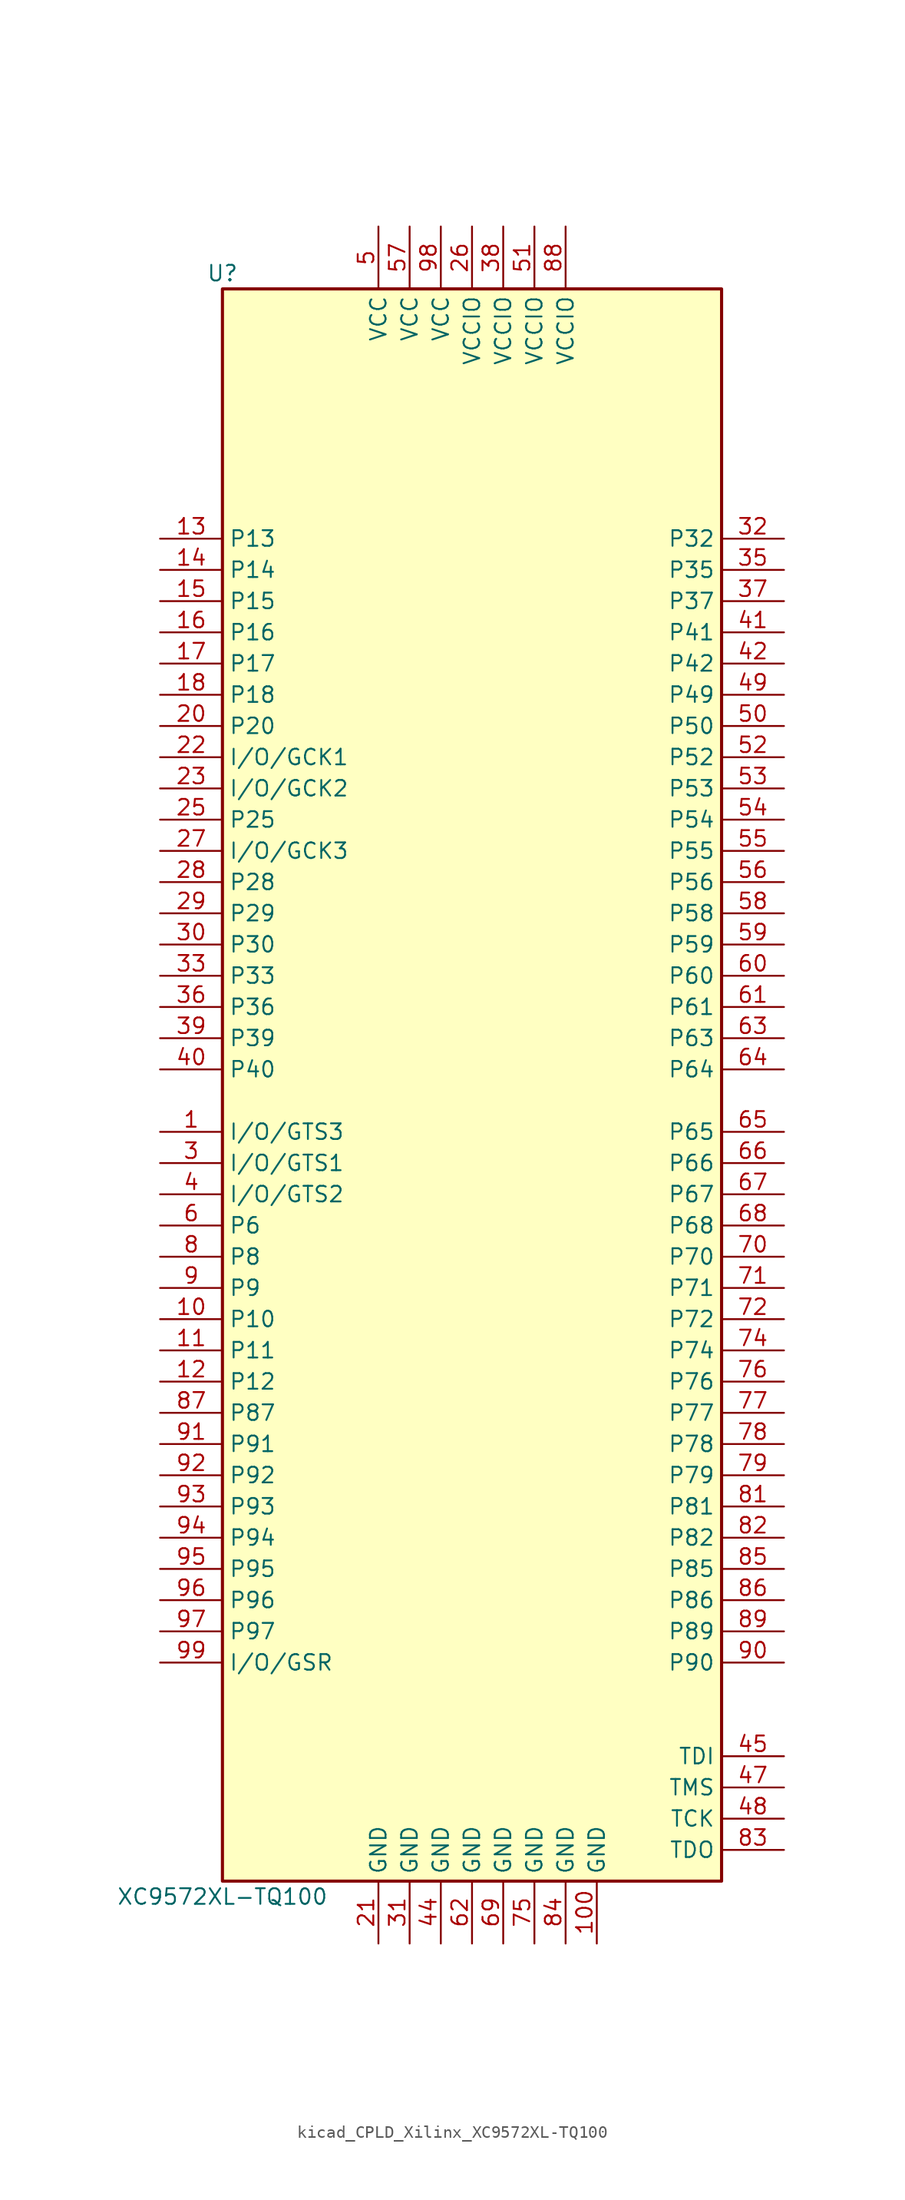
<source format=kicad_sym>
(kicad_symbol_lib
  (version 20220914)
  (generator kicad_symbol_editor)
  (symbol "kicad_CPLD_Xilinx_XC9572XL-TQ100"
    (property "Reference" "U"
      (at -20.32 64.77 0)
      (effects (font (size 1.27 1.27))))
    (property "Value" "XC9572XL-TQ100"
      (at -20.32 -67.31 0)
      (effects (font (size 1.27 1.27))))
    (symbol "kicad_CPLD_Xilinx_XC9572XL-TQ100_1_1"
      (rectangle (start -20.32 63.5) (end 20.32 -66.04) (stroke (width 0.254) (type default)) (fill (type background)))
      (pin bidirectional line (at -25.4 -5.08 0) (length 5.08) (name "I/O/GTS3" (effects (font (size 1.27 1.27)))) (number "1" (effects (font (size 1.27 1.27)))))
      (pin bidirectional line (at -25.4 -20.32 0) (length 5.08) (name "P10" (effects (font (size 1.27 1.27)))) (number "10" (effects (font (size 1.27 1.27)))))
      (pin power_in line (at 10.16 -71.12 90) (length 5.08) (name "GND" (effects (font (size 1.27 1.27)))) (number "100" (effects (font (size 1.27 1.27)))))
      (pin bidirectional line (at -25.4 -22.86 0) (length 5.08) (name "P11" (effects (font (size 1.27 1.27)))) (number "11" (effects (font (size 1.27 1.27)))))
      (pin bidirectional line (at -25.4 -25.4 0) (length 5.08) (name "P12" (effects (font (size 1.27 1.27)))) (number "12" (effects (font (size 1.27 1.27)))))
      (pin bidirectional line (at -25.4 43.18 0) (length 5.08) (name "P13" (effects (font (size 1.27 1.27)))) (number "13" (effects (font (size 1.27 1.27)))))
      (pin bidirectional line (at -25.4 40.64 0) (length 5.08) (name "P14" (effects (font (size 1.27 1.27)))) (number "14" (effects (font (size 1.27 1.27)))))
      (pin bidirectional line (at -25.4 38.1 0) (length 5.08) (name "P15" (effects (font (size 1.27 1.27)))) (number "15" (effects (font (size 1.27 1.27)))))
      (pin bidirectional line (at -25.4 35.56 0) (length 5.08) (name "P16" (effects (font (size 1.27 1.27)))) (number "16" (effects (font (size 1.27 1.27)))))
      (pin bidirectional line (at -25.4 33.02 0) (length 5.08) (name "P17" (effects (font (size 1.27 1.27)))) (number "17" (effects (font (size 1.27 1.27)))))
      (pin bidirectional line (at -25.4 30.48 0) (length 5.08) (name "P18" (effects (font (size 1.27 1.27)))) (number "18" (effects (font (size 1.27 1.27)))))
      (pin no_connect line (at -20.32 55.88 0) (length 0) hide (name "NC" (effects (font (size 1.27 1.27)))) (number "19" (effects (font (size 1.27 1.27)))))
      (pin no_connect line (at -20.32 60.96 0) (length 0) hide (name "NC" (effects (font (size 1.27 1.27)))) (number "2" (effects (font (size 1.27 1.27)))))
      (pin bidirectional line (at -25.4 27.94 0) (length 5.08) (name "P20" (effects (font (size 1.27 1.27)))) (number "20" (effects (font (size 1.27 1.27)))))
      (pin power_in line (at -7.62 -71.12 90) (length 5.08) (name "GND" (effects (font (size 1.27 1.27)))) (number "21" (effects (font (size 1.27 1.27)))))
      (pin bidirectional line (at -25.4 25.4 0) (length 5.08) (name "I/O/GCK1" (effects (font (size 1.27 1.27)))) (number "22" (effects (font (size 1.27 1.27)))))
      (pin bidirectional line (at -25.4 22.86 0) (length 5.08) (name "I/O/GCK2" (effects (font (size 1.27 1.27)))) (number "23" (effects (font (size 1.27 1.27)))))
      (pin no_connect line (at -20.32 53.34 0) (length 0) hide (name "NC" (effects (font (size 1.27 1.27)))) (number "24" (effects (font (size 1.27 1.27)))))
      (pin bidirectional line (at -25.4 20.32 0) (length 5.08) (name "P25" (effects (font (size 1.27 1.27)))) (number "25" (effects (font (size 1.27 1.27)))))
      (pin power_in line (at 0 68.58 270) (length 5.08) (name "VCCIO" (effects (font (size 1.27 1.27)))) (number "26" (effects (font (size 1.27 1.27)))))
      (pin bidirectional line (at -25.4 17.78 0) (length 5.08) (name "I/O/GCK3" (effects (font (size 1.27 1.27)))) (number "27" (effects (font (size 1.27 1.27)))))
      (pin bidirectional line (at -25.4 15.24 0) (length 5.08) (name "P28" (effects (font (size 1.27 1.27)))) (number "28" (effects (font (size 1.27 1.27)))))
      (pin bidirectional line (at -25.4 12.7 0) (length 5.08) (name "P29" (effects (font (size 1.27 1.27)))) (number "29" (effects (font (size 1.27 1.27)))))
      (pin bidirectional line (at -25.4 -7.62 0) (length 5.08) (name "I/O/GTS1" (effects (font (size 1.27 1.27)))) (number "3" (effects (font (size 1.27 1.27)))))
      (pin bidirectional line (at -25.4 10.16 0) (length 5.08) (name "P30" (effects (font (size 1.27 1.27)))) (number "30" (effects (font (size 1.27 1.27)))))
      (pin power_in line (at -5.08 -71.12 90) (length 5.08) (name "GND" (effects (font (size 1.27 1.27)))) (number "31" (effects (font (size 1.27 1.27)))))
      (pin bidirectional line (at 25.4 43.18 180) (length 5.08) (name "P32" (effects (font (size 1.27 1.27)))) (number "32" (effects (font (size 1.27 1.27)))))
      (pin bidirectional line (at -25.4 7.62 0) (length 5.08) (name "P33" (effects (font (size 1.27 1.27)))) (number "33" (effects (font (size 1.27 1.27)))))
      (pin no_connect line (at -20.32 50.8 0) (length 0) hide (name "NC" (effects (font (size 1.27 1.27)))) (number "34" (effects (font (size 1.27 1.27)))))
      (pin bidirectional line (at 25.4 40.64 180) (length 5.08) (name "P35" (effects (font (size 1.27 1.27)))) (number "35" (effects (font (size 1.27 1.27)))))
      (pin bidirectional line (at -25.4 5.08 0) (length 5.08) (name "P36" (effects (font (size 1.27 1.27)))) (number "36" (effects (font (size 1.27 1.27)))))
      (pin bidirectional line (at 25.4 38.1 180) (length 5.08) (name "P37" (effects (font (size 1.27 1.27)))) (number "37" (effects (font (size 1.27 1.27)))))
      (pin power_in line (at 2.54 68.58 270) (length 5.08) (name "VCCIO" (effects (font (size 1.27 1.27)))) (number "38" (effects (font (size 1.27 1.27)))))
      (pin bidirectional line (at -25.4 2.54 0) (length 5.08) (name "P39" (effects (font (size 1.27 1.27)))) (number "39" (effects (font (size 1.27 1.27)))))
      (pin bidirectional line (at -25.4 -10.16 0) (length 5.08) (name "I/O/GTS2" (effects (font (size 1.27 1.27)))) (number "4" (effects (font (size 1.27 1.27)))))
      (pin bidirectional line (at -25.4 0 0) (length 5.08) (name "P40" (effects (font (size 1.27 1.27)))) (number "40" (effects (font (size 1.27 1.27)))))
      (pin bidirectional line (at 25.4 35.56 180) (length 5.08) (name "P41" (effects (font (size 1.27 1.27)))) (number "41" (effects (font (size 1.27 1.27)))))
      (pin bidirectional line (at 25.4 33.02 180) (length 5.08) (name "P42" (effects (font (size 1.27 1.27)))) (number "42" (effects (font (size 1.27 1.27)))))
      (pin no_connect line (at -20.32 48.26 0) (length 0) hide (name "NC" (effects (font (size 1.27 1.27)))) (number "43" (effects (font (size 1.27 1.27)))))
      (pin power_in line (at -2.54 -71.12 90) (length 5.08) (name "GND" (effects (font (size 1.27 1.27)))) (number "44" (effects (font (size 1.27 1.27)))))
      (pin input line (at 25.4 -55.88 180) (length 5.08) (name "TDI" (effects (font (size 1.27 1.27)))) (number "45" (effects (font (size 1.27 1.27)))))
      (pin no_connect line (at 20.32 60.96 180) (length 0) hide (name "NC" (effects (font (size 1.27 1.27)))) (number "46" (effects (font (size 1.27 1.27)))))
      (pin input line (at 25.4 -58.42 180) (length 5.08) (name "TMS" (effects (font (size 1.27 1.27)))) (number "47" (effects (font (size 1.27 1.27)))))
      (pin input line (at 25.4 -60.96 180) (length 5.08) (name "TCK" (effects (font (size 1.27 1.27)))) (number "48" (effects (font (size 1.27 1.27)))))
      (pin bidirectional line (at 25.4 30.48 180) (length 5.08) (name "P49" (effects (font (size 1.27 1.27)))) (number "49" (effects (font (size 1.27 1.27)))))
      (pin power_in line (at -7.62 68.58 270) (length 5.08) (name "VCC" (effects (font (size 1.27 1.27)))) (number "5" (effects (font (size 1.27 1.27)))))
      (pin bidirectional line (at 25.4 27.94 180) (length 5.08) (name "P50" (effects (font (size 1.27 1.27)))) (number "50" (effects (font (size 1.27 1.27)))))
      (pin power_in line (at 5.08 68.58 270) (length 5.08) (name "VCCIO" (effects (font (size 1.27 1.27)))) (number "51" (effects (font (size 1.27 1.27)))))
      (pin bidirectional line (at 25.4 25.4 180) (length 5.08) (name "P52" (effects (font (size 1.27 1.27)))) (number "52" (effects (font (size 1.27 1.27)))))
      (pin bidirectional line (at 25.4 22.86 180) (length 5.08) (name "P53" (effects (font (size 1.27 1.27)))) (number "53" (effects (font (size 1.27 1.27)))))
      (pin bidirectional line (at 25.4 20.32 180) (length 5.08) (name "P54" (effects (font (size 1.27 1.27)))) (number "54" (effects (font (size 1.27 1.27)))))
      (pin bidirectional line (at 25.4 17.78 180) (length 5.08) (name "P55" (effects (font (size 1.27 1.27)))) (number "55" (effects (font (size 1.27 1.27)))))
      (pin bidirectional line (at 25.4 15.24 180) (length 5.08) (name "P56" (effects (font (size 1.27 1.27)))) (number "56" (effects (font (size 1.27 1.27)))))
      (pin power_in line (at -5.08 68.58 270) (length 5.08) (name "VCC" (effects (font (size 1.27 1.27)))) (number "57" (effects (font (size 1.27 1.27)))))
      (pin bidirectional line (at 25.4 12.7 180) (length 5.08) (name "P58" (effects (font (size 1.27 1.27)))) (number "58" (effects (font (size 1.27 1.27)))))
      (pin bidirectional line (at 25.4 10.16 180) (length 5.08) (name "P59" (effects (font (size 1.27 1.27)))) (number "59" (effects (font (size 1.27 1.27)))))
      (pin bidirectional line (at -25.4 -12.7 0) (length 5.08) (name "P6" (effects (font (size 1.27 1.27)))) (number "6" (effects (font (size 1.27 1.27)))))
      (pin bidirectional line (at 25.4 7.62 180) (length 5.08) (name "P60" (effects (font (size 1.27 1.27)))) (number "60" (effects (font (size 1.27 1.27)))))
      (pin bidirectional line (at 25.4 5.08 180) (length 5.08) (name "P61" (effects (font (size 1.27 1.27)))) (number "61" (effects (font (size 1.27 1.27)))))
      (pin power_in line (at 0 -71.12 90) (length 5.08) (name "GND" (effects (font (size 1.27 1.27)))) (number "62" (effects (font (size 1.27 1.27)))))
      (pin bidirectional line (at 25.4 2.54 180) (length 5.08) (name "P63" (effects (font (size 1.27 1.27)))) (number "63" (effects (font (size 1.27 1.27)))))
      (pin bidirectional line (at 25.4 0 180) (length 5.08) (name "P64" (effects (font (size 1.27 1.27)))) (number "64" (effects (font (size 1.27 1.27)))))
      (pin bidirectional line (at 25.4 -5.08 180) (length 5.08) (name "P65" (effects (font (size 1.27 1.27)))) (number "65" (effects (font (size 1.27 1.27)))))
      (pin bidirectional line (at 25.4 -7.62 180) (length 5.08) (name "P66" (effects (font (size 1.27 1.27)))) (number "66" (effects (font (size 1.27 1.27)))))
      (pin bidirectional line (at 25.4 -10.16 180) (length 5.08) (name "P67" (effects (font (size 1.27 1.27)))) (number "67" (effects (font (size 1.27 1.27)))))
      (pin bidirectional line (at 25.4 -12.7 180) (length 5.08) (name "P68" (effects (font (size 1.27 1.27)))) (number "68" (effects (font (size 1.27 1.27)))))
      (pin power_in line (at 2.54 -71.12 90) (length 5.08) (name "GND" (effects (font (size 1.27 1.27)))) (number "69" (effects (font (size 1.27 1.27)))))
      (pin no_connect line (at -20.32 58.42 0) (length 0) hide (name "NC" (effects (font (size 1.27 1.27)))) (number "7" (effects (font (size 1.27 1.27)))))
      (pin bidirectional line (at 25.4 -15.24 180) (length 5.08) (name "P70" (effects (font (size 1.27 1.27)))) (number "70" (effects (font (size 1.27 1.27)))))
      (pin bidirectional line (at 25.4 -17.78 180) (length 5.08) (name "P71" (effects (font (size 1.27 1.27)))) (number "71" (effects (font (size 1.27 1.27)))))
      (pin bidirectional line (at 25.4 -20.32 180) (length 5.08) (name "P72" (effects (font (size 1.27 1.27)))) (number "72" (effects (font (size 1.27 1.27)))))
      (pin no_connect line (at 20.32 58.42 180) (length 0) hide (name "NC" (effects (font (size 1.27 1.27)))) (number "73" (effects (font (size 1.27 1.27)))))
      (pin bidirectional line (at 25.4 -22.86 180) (length 5.08) (name "P74" (effects (font (size 1.27 1.27)))) (number "74" (effects (font (size 1.27 1.27)))))
      (pin power_in line (at 5.08 -71.12 90) (length 5.08) (name "GND" (effects (font (size 1.27 1.27)))) (number "75" (effects (font (size 1.27 1.27)))))
      (pin bidirectional line (at 25.4 -25.4 180) (length 5.08) (name "P76" (effects (font (size 1.27 1.27)))) (number "76" (effects (font (size 1.27 1.27)))))
      (pin bidirectional line (at 25.4 -27.94 180) (length 5.08) (name "P77" (effects (font (size 1.27 1.27)))) (number "77" (effects (font (size 1.27 1.27)))))
      (pin bidirectional line (at 25.4 -30.48 180) (length 5.08) (name "P78" (effects (font (size 1.27 1.27)))) (number "78" (effects (font (size 1.27 1.27)))))
      (pin bidirectional line (at 25.4 -33.02 180) (length 5.08) (name "P79" (effects (font (size 1.27 1.27)))) (number "79" (effects (font (size 1.27 1.27)))))
      (pin bidirectional line (at -25.4 -15.24 0) (length 5.08) (name "P8" (effects (font (size 1.27 1.27)))) (number "8" (effects (font (size 1.27 1.27)))))
      (pin no_connect line (at 20.32 55.88 180) (length 0) hide (name "NC" (effects (font (size 1.27 1.27)))) (number "80" (effects (font (size 1.27 1.27)))))
      (pin bidirectional line (at 25.4 -35.56 180) (length 5.08) (name "P81" (effects (font (size 1.27 1.27)))) (number "81" (effects (font (size 1.27 1.27)))))
      (pin bidirectional line (at 25.4 -38.1 180) (length 5.08) (name "P82" (effects (font (size 1.27 1.27)))) (number "82" (effects (font (size 1.27 1.27)))))
      (pin output line (at 25.4 -63.5 180) (length 5.08) (name "TDO" (effects (font (size 1.27 1.27)))) (number "83" (effects (font (size 1.27 1.27)))))
      (pin power_in line (at 7.62 -71.12 90) (length 5.08) (name "GND" (effects (font (size 1.27 1.27)))) (number "84" (effects (font (size 1.27 1.27)))))
      (pin bidirectional line (at 25.4 -40.64 180) (length 5.08) (name "P85" (effects (font (size 1.27 1.27)))) (number "85" (effects (font (size 1.27 1.27)))))
      (pin bidirectional line (at 25.4 -43.18 180) (length 5.08) (name "P86" (effects (font (size 1.27 1.27)))) (number "86" (effects (font (size 1.27 1.27)))))
      (pin bidirectional line (at -25.4 -27.94 0) (length 5.08) (name "P87" (effects (font (size 1.27 1.27)))) (number "87" (effects (font (size 1.27 1.27)))))
      (pin power_in line (at 7.62 68.58 270) (length 5.08) (name "VCCIO" (effects (font (size 1.27 1.27)))) (number "88" (effects (font (size 1.27 1.27)))))
      (pin bidirectional line (at 25.4 -45.72 180) (length 5.08) (name "P89" (effects (font (size 1.27 1.27)))) (number "89" (effects (font (size 1.27 1.27)))))
      (pin bidirectional line (at -25.4 -17.78 0) (length 5.08) (name "P9" (effects (font (size 1.27 1.27)))) (number "9" (effects (font (size 1.27 1.27)))))
      (pin bidirectional line (at 25.4 -48.26 180) (length 5.08) (name "P90" (effects (font (size 1.27 1.27)))) (number "90" (effects (font (size 1.27 1.27)))))
      (pin bidirectional line (at -25.4 -30.48 0) (length 5.08) (name "P91" (effects (font (size 1.27 1.27)))) (number "91" (effects (font (size 1.27 1.27)))))
      (pin bidirectional line (at -25.4 -33.02 0) (length 5.08) (name "P92" (effects (font (size 1.27 1.27)))) (number "92" (effects (font (size 1.27 1.27)))))
      (pin bidirectional line (at -25.4 -35.56 0) (length 5.08) (name "P93" (effects (font (size 1.27 1.27)))) (number "93" (effects (font (size 1.27 1.27)))))
      (pin bidirectional line (at -25.4 -38.1 0) (length 5.08) (name "P94" (effects (font (size 1.27 1.27)))) (number "94" (effects (font (size 1.27 1.27)))))
      (pin bidirectional line (at -25.4 -40.64 0) (length 5.08) (name "P95" (effects (font (size 1.27 1.27)))) (number "95" (effects (font (size 1.27 1.27)))))
      (pin bidirectional line (at -25.4 -43.18 0) (length 5.08) (name "P96" (effects (font (size 1.27 1.27)))) (number "96" (effects (font (size 1.27 1.27)))))
      (pin bidirectional line (at -25.4 -45.72 0) (length 5.08) (name "P97" (effects (font (size 1.27 1.27)))) (number "97" (effects (font (size 1.27 1.27)))))
      (pin power_in line (at -2.54 68.58 270) (length 5.08) (name "VCC" (effects (font (size 1.27 1.27)))) (number "98" (effects (font (size 1.27 1.27)))))
      (pin bidirectional line (at -25.4 -48.26 0) (length 5.08) (name "I/O/GSR" (effects (font (size 1.27 1.27)))) (number "99" (effects (font (size 1.27 1.27))))))))
</source>
